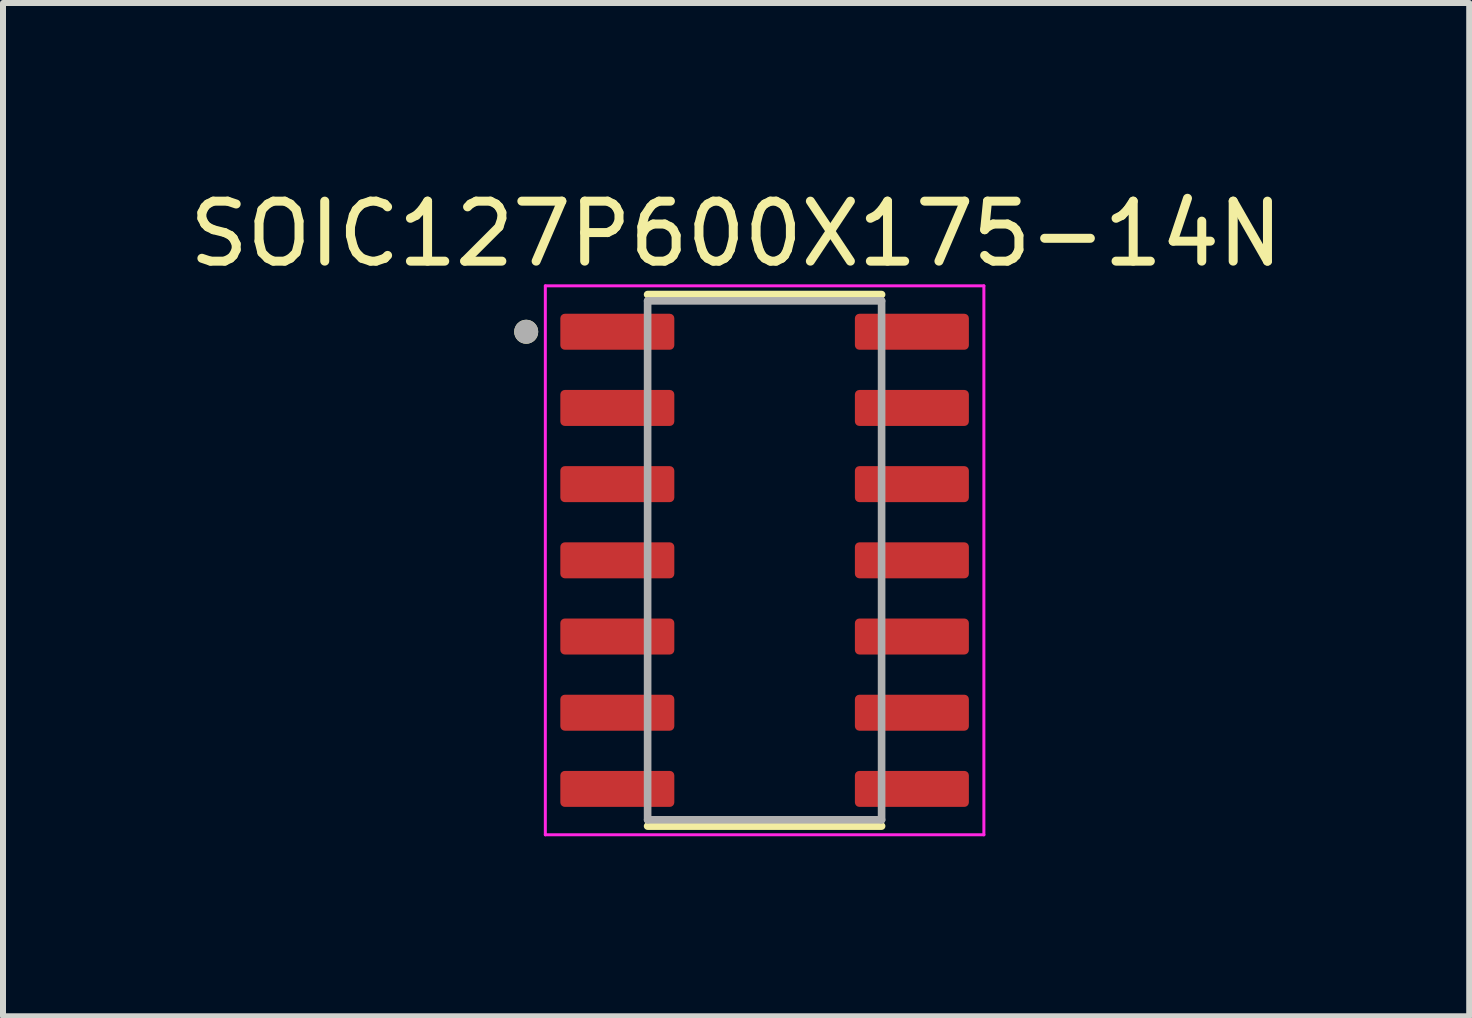
<source format=kicad_pcb>
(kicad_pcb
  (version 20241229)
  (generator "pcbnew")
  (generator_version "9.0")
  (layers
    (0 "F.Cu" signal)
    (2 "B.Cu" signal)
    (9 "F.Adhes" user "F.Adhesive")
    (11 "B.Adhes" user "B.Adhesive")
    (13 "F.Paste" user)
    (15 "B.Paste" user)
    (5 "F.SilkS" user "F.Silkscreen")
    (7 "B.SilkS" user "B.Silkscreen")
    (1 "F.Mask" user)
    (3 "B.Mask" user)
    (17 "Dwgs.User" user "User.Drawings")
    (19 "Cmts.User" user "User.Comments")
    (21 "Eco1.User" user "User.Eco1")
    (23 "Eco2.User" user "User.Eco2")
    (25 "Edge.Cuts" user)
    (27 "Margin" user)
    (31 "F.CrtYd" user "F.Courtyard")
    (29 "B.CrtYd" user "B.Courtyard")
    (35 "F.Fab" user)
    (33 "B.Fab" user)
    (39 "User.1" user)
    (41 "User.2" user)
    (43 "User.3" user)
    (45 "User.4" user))
  (footprint "SOIC127P600X175-14N"
    (layer "F.Cu")
    (at 9.695 6.29)
    (property "Reference" "SOIC127P600X175-14N" (at -0.475 -5.442 0) (layer "F.SilkS") (effects (font (size 1 1) (thickness 0.15))))
    (attr smd)
    (fp_line (start -1.95 -4.43) (end 1.95 -4.43) (stroke (width 0.127) (type solid)) (layer "F.SilkS"))
    (fp_line (start -1.95 4.43) (end 1.95 4.43) (stroke (width 0.127) (type solid)) (layer "F.SilkS"))
    (fp_circle (center -3.974 -3.81) (end -3.874 -3.81) (stroke (width 0.2) (type solid)) (fill no) (layer "F.SilkS"))
    (fp_line (start -3.655 -4.575) (end -3.655 4.575) (stroke (width 0.05) (type solid)) (layer "F.CrtYd"))
    (fp_line (start -3.655 -4.575) (end 3.655 -4.575) (stroke (width 0.05) (type solid)) (layer "F.CrtYd"))
    (fp_line (start -3.655 4.575) (end 3.655 4.575) (stroke (width 0.05) (type solid)) (layer "F.CrtYd"))
    (fp_line (start 3.655 -4.575) (end 3.655 4.575) (stroke (width 0.05) (type solid)) (layer "F.CrtYd"))
    (fp_line (start -1.95 -4.325) (end -1.95 4.325) (stroke (width 0.127) (type solid)) (layer "F.Fab"))
    (fp_line (start -1.95 -4.325) (end 1.95 -4.325) (stroke (width 0.127) (type solid)) (layer "F.Fab"))
    (fp_line (start -1.95 4.325) (end 1.95 4.325) (stroke (width 0.127) (type solid)) (layer "F.Fab"))
    (fp_line (start 1.95 -4.325) (end 1.95 4.325) (stroke (width 0.127) (type solid)) (layer "F.Fab"))
    (fp_circle (center -3.974 -3.81) (end -3.874 -3.81) (stroke (width 0.2) (type solid)) (fill no) (layer "F.Fab"))
    (pad "1" smd roundrect (at -2.455 -3.81) (size 1.9 0.6) (layers "F.Cu" "F.Mask" "F.Paste") (roundrect_rratio 0.125))
    (pad "2" smd roundrect (at -2.455 -2.54) (size 1.9 0.6) (layers "F.Cu" "F.Mask" "F.Paste") (roundrect_rratio 0.125))
    (pad "3" smd roundrect (at -2.455 -1.27) (size 1.9 0.6) (layers "F.Cu" "F.Mask" "F.Paste") (roundrect_rratio 0.125))
    (pad "4" smd roundrect (at -2.455 0) (size 1.9 0.6) (layers "F.Cu" "F.Mask" "F.Paste") (roundrect_rratio 0.125))
    (pad "5" smd roundrect (at -2.455 1.27) (size 1.9 0.6) (layers "F.Cu" "F.Mask" "F.Paste") (roundrect_rratio 0.125))
    (pad "6" smd roundrect (at -2.455 2.54) (size 1.9 0.6) (layers "F.Cu" "F.Mask" "F.Paste") (roundrect_rratio 0.125))
    (pad "7" smd roundrect (at -2.455 3.81) (size 1.9 0.6) (layers "F.Cu" "F.Mask" "F.Paste") (roundrect_rratio 0.125))
    (pad "8" smd roundrect (at 2.455 3.81) (size 1.9 0.6) (layers "F.Cu" "F.Mask" "F.Paste") (roundrect_rratio 0.125))
    (pad "9" smd roundrect (at 2.455 2.54) (size 1.9 0.6) (layers "F.Cu" "F.Mask" "F.Paste") (roundrect_rratio 0.125))
    (pad "10" smd roundrect (at 2.455 1.27) (size 1.9 0.6) (layers "F.Cu" "F.Mask" "F.Paste") (roundrect_rratio 0.125))
    (pad "11" smd roundrect (at 2.455 0) (size 1.9 0.6) (layers "F.Cu" "F.Mask" "F.Paste") (roundrect_rratio 0.125))
    (pad "12" smd roundrect (at 2.455 -1.27) (size 1.9 0.6) (layers "F.Cu" "F.Mask" "F.Paste") (roundrect_rratio 0.125))
    (pad "13" smd roundrect (at 2.455 -2.54) (size 1.9 0.6) (layers "F.Cu" "F.Mask" "F.Paste") (roundrect_rratio 0.125))
    (pad "14" smd roundrect (at 2.455 -3.81) (size 1.9 0.6) (layers "F.Cu" "F.Mask" "F.Paste") (roundrect_rratio 0.125)))
  (gr_rect
    (start -3 -3)
    (end 21.44 13.89)
    (stroke (width 0.1) (type default))
    (fill no)
    (layer "Edge.Cuts")))
</source>
